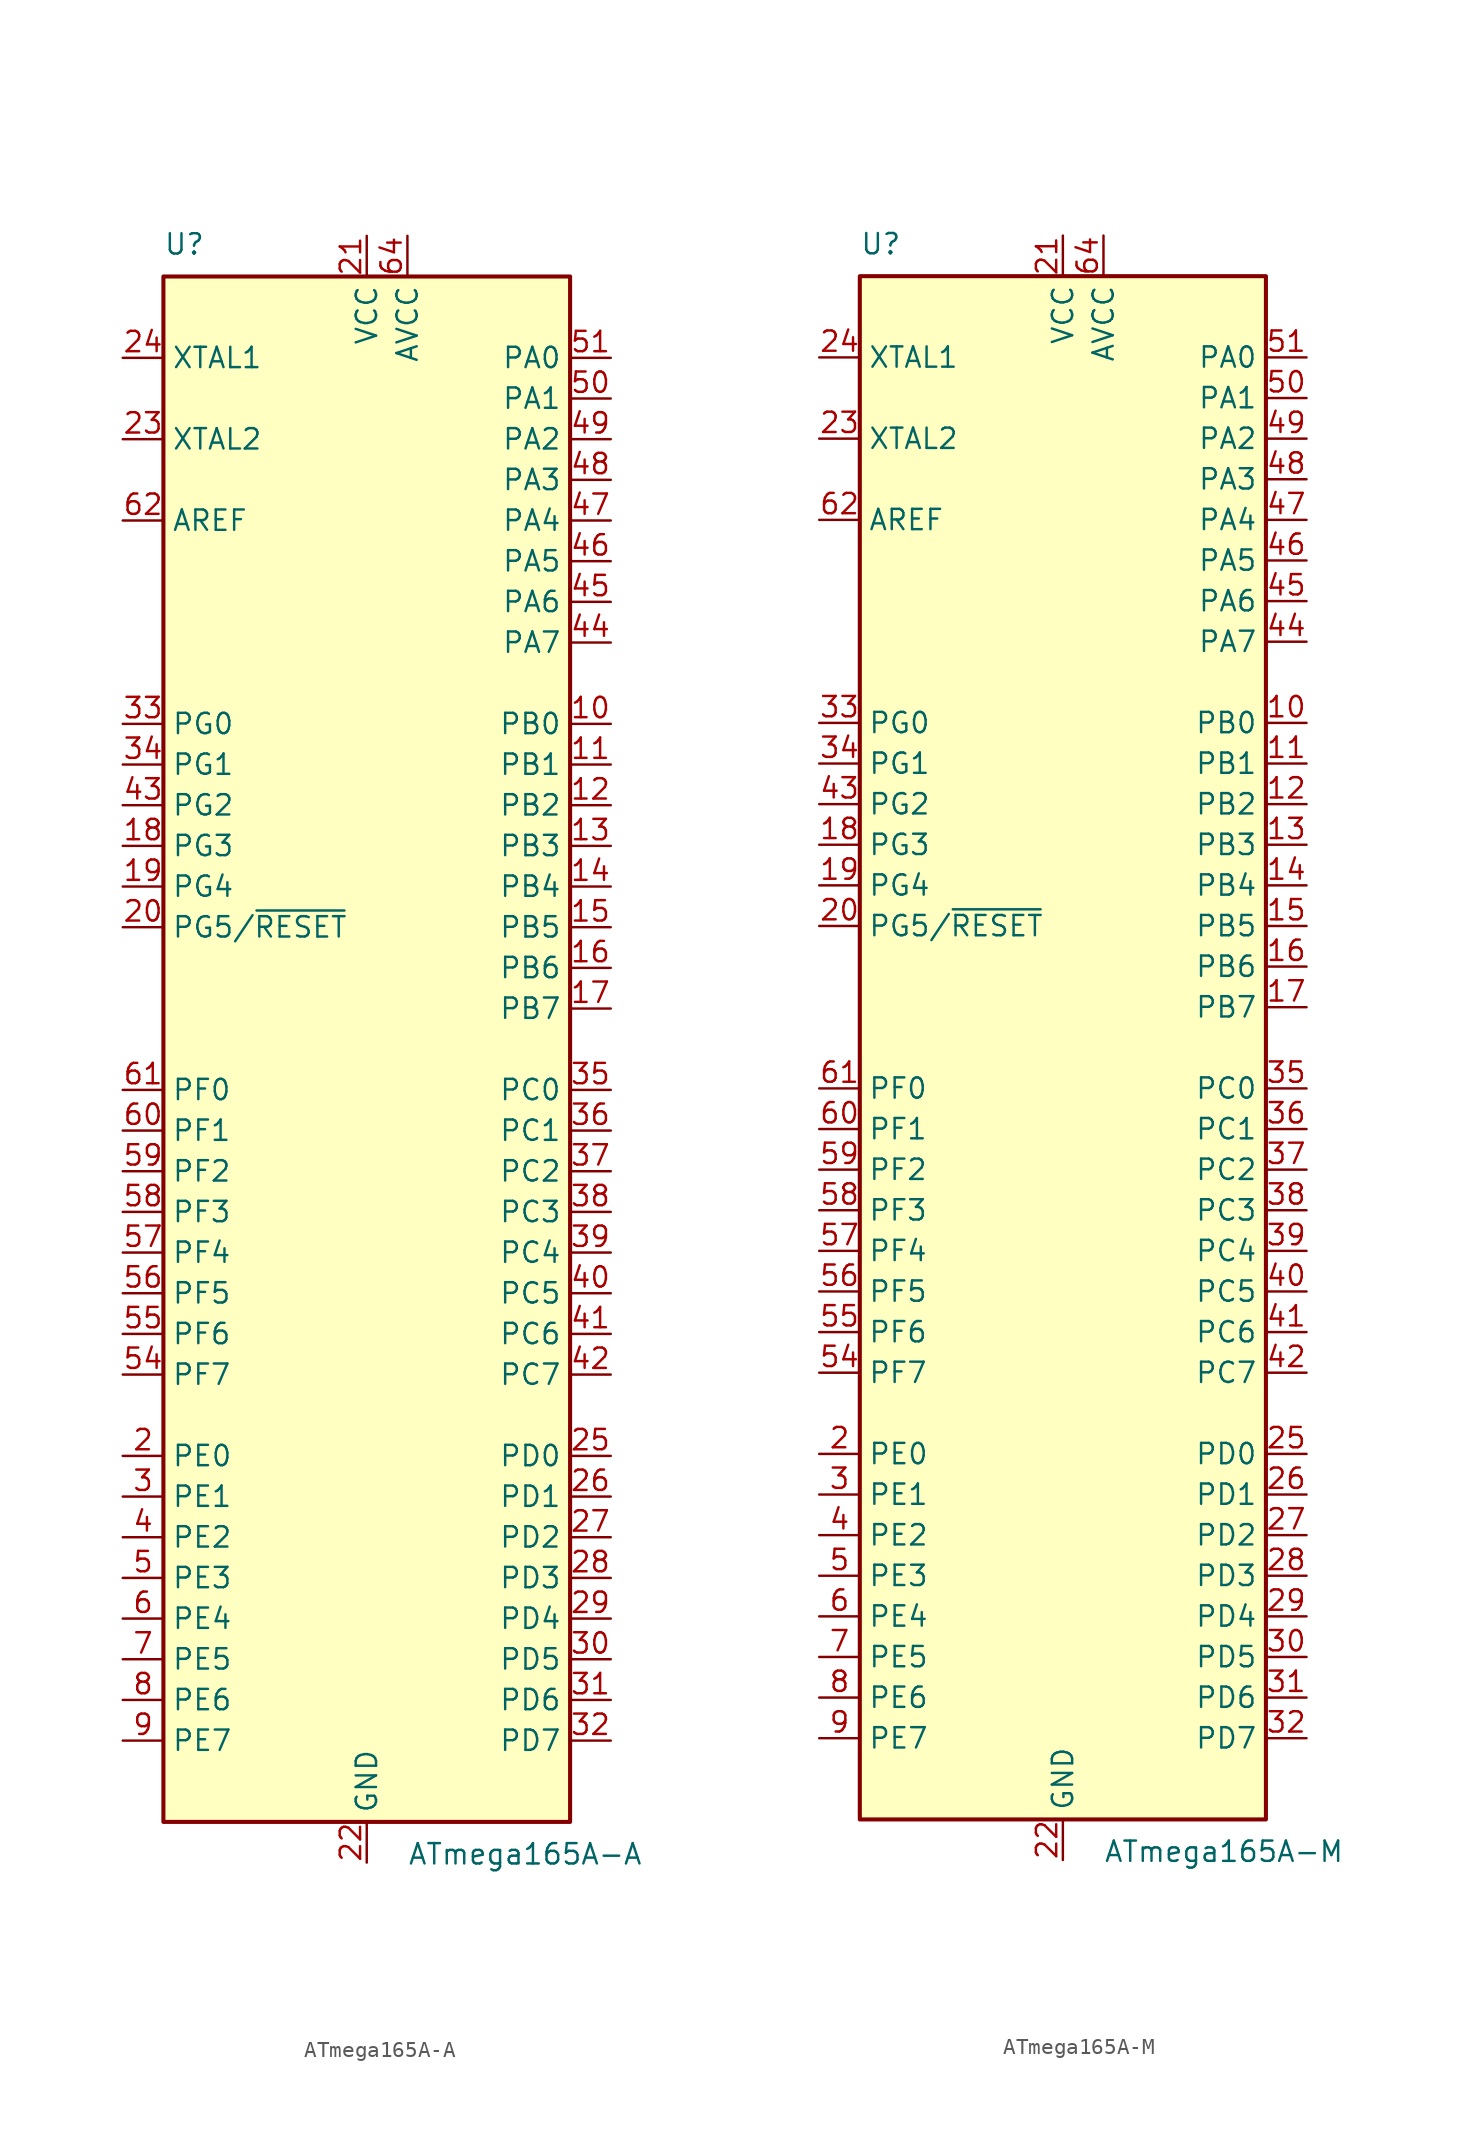
<source format=kicad_sym>
(kicad_symbol_lib
  (version 20200908)
  (generator kicad_symbol_editor)
  (symbol "MCU_Microchip_ATmega:ATmega165A-A"
    (property "Reference" "U"
      (at -12.7 49.53 0)
      (effects (font (size 1.27 1.27)) (justify left bottom)))
    (property "Value" "ATmega165A-A"
      (at 2.54 -49.53 0)
      (effects (font (size 1.27 1.27)) (justify left top)))
    (symbol "ATmega165A-A_0_1"
      (rectangle (start -12.7 -48.26) (end 12.7 48.26) (stroke (width 0.254)) (fill (type background))))
    (symbol "ATmega165A-A_1_1"
      (pin unconnected line (at -12.7 -45.72 0) (length 2.54) hide (name "NC" (effects (font (size 1.27 1.27)))) (number "1" (effects (font (size 1.27 1.27)))))
      (pin bidirectional line (at 15.24 20.32 180) (length 2.54) (name "PB0" (effects (font (size 1.27 1.27)))) (number "10" (effects (font (size 1.27 1.27)))))
      (pin bidirectional line (at 15.24 17.78 180) (length 2.54) (name "PB1" (effects (font (size 1.27 1.27)))) (number "11" (effects (font (size 1.27 1.27)))))
      (pin bidirectional line (at 15.24 15.24 180) (length 2.54) (name "PB2" (effects (font (size 1.27 1.27)))) (number "12" (effects (font (size 1.27 1.27)))))
      (pin bidirectional line (at 15.24 12.7 180) (length 2.54) (name "PB3" (effects (font (size 1.27 1.27)))) (number "13" (effects (font (size 1.27 1.27)))))
      (pin bidirectional line (at 15.24 10.16 180) (length 2.54) (name "PB4" (effects (font (size 1.27 1.27)))) (number "14" (effects (font (size 1.27 1.27)))))
      (pin bidirectional line (at 15.24 7.62 180) (length 2.54) (name "PB5" (effects (font (size 1.27 1.27)))) (number "15" (effects (font (size 1.27 1.27)))))
      (pin bidirectional line (at 15.24 5.08 180) (length 2.54) (name "PB6" (effects (font (size 1.27 1.27)))) (number "16" (effects (font (size 1.27 1.27)))))
      (pin bidirectional line (at 15.24 2.54 180) (length 2.54) (name "PB7" (effects (font (size 1.27 1.27)))) (number "17" (effects (font (size 1.27 1.27)))))
      (pin bidirectional line (at -15.24 12.7 0) (length 2.54) (name "PG3" (effects (font (size 1.27 1.27)))) (number "18" (effects (font (size 1.27 1.27)))))
      (pin bidirectional line (at -15.24 10.16 0) (length 2.54) (name "PG4" (effects (font (size 1.27 1.27)))) (number "19" (effects (font (size 1.27 1.27)))))
      (pin bidirectional line (at -15.24 -25.4 0) (length 2.54) (name "PE0" (effects (font (size 1.27 1.27)))) (number "2" (effects (font (size 1.27 1.27)))))
      (pin bidirectional line (at -15.24 7.62 0) (length 2.54) (name "PG5/~RESET" (effects (font (size 1.27 1.27)))) (number "20" (effects (font (size 1.27 1.27)))))
      (pin power_in line (at 0 50.8 270) (length 2.54) (name "VCC" (effects (font (size 1.27 1.27)))) (number "21" (effects (font (size 1.27 1.27)))))
      (pin power_in line (at 0 -50.8 90) (length 2.54) (name "GND" (effects (font (size 1.27 1.27)))) (number "22" (effects (font (size 1.27 1.27)))))
      (pin output line (at -15.24 38.1 0) (length 2.54) (name "XTAL2" (effects (font (size 1.27 1.27)))) (number "23" (effects (font (size 1.27 1.27)))))
      (pin input line (at -15.24 43.18 0) (length 2.54) (name "XTAL1" (effects (font (size 1.27 1.27)))) (number "24" (effects (font (size 1.27 1.27)))))
      (pin bidirectional line (at 15.24 -25.4 180) (length 2.54) (name "PD0" (effects (font (size 1.27 1.27)))) (number "25" (effects (font (size 1.27 1.27)))))
      (pin bidirectional line (at 15.24 -27.94 180) (length 2.54) (name "PD1" (effects (font (size 1.27 1.27)))) (number "26" (effects (font (size 1.27 1.27)))))
      (pin bidirectional line (at 15.24 -30.48 180) (length 2.54) (name "PD2" (effects (font (size 1.27 1.27)))) (number "27" (effects (font (size 1.27 1.27)))))
      (pin bidirectional line (at 15.24 -33.02 180) (length 2.54) (name "PD3" (effects (font (size 1.27 1.27)))) (number "28" (effects (font (size 1.27 1.27)))))
      (pin bidirectional line (at 15.24 -35.56 180) (length 2.54) (name "PD4" (effects (font (size 1.27 1.27)))) (number "29" (effects (font (size 1.27 1.27)))))
      (pin bidirectional line (at -15.24 -27.94 0) (length 2.54) (name "PE1" (effects (font (size 1.27 1.27)))) (number "3" (effects (font (size 1.27 1.27)))))
      (pin bidirectional line (at 15.24 -38.1 180) (length 2.54) (name "PD5" (effects (font (size 1.27 1.27)))) (number "30" (effects (font (size 1.27 1.27)))))
      (pin bidirectional line (at 15.24 -40.64 180) (length 2.54) (name "PD6" (effects (font (size 1.27 1.27)))) (number "31" (effects (font (size 1.27 1.27)))))
      (pin bidirectional line (at 15.24 -43.18 180) (length 2.54) (name "PD7" (effects (font (size 1.27 1.27)))) (number "32" (effects (font (size 1.27 1.27)))))
      (pin bidirectional line (at -15.24 20.32 0) (length 2.54) (name "PG0" (effects (font (size 1.27 1.27)))) (number "33" (effects (font (size 1.27 1.27)))))
      (pin bidirectional line (at -15.24 17.78 0) (length 2.54) (name "PG1" (effects (font (size 1.27 1.27)))) (number "34" (effects (font (size 1.27 1.27)))))
      (pin bidirectional line (at 15.24 -2.54 180) (length 2.54) (name "PC0" (effects (font (size 1.27 1.27)))) (number "35" (effects (font (size 1.27 1.27)))))
      (pin bidirectional line (at 15.24 -5.08 180) (length 2.54) (name "PC1" (effects (font (size 1.27 1.27)))) (number "36" (effects (font (size 1.27 1.27)))))
      (pin bidirectional line (at 15.24 -7.62 180) (length 2.54) (name "PC2" (effects (font (size 1.27 1.27)))) (number "37" (effects (font (size 1.27 1.27)))))
      (pin bidirectional line (at 15.24 -10.16 180) (length 2.54) (name "PC3" (effects (font (size 1.27 1.27)))) (number "38" (effects (font (size 1.27 1.27)))))
      (pin bidirectional line (at 15.24 -12.7 180) (length 2.54) (name "PC4" (effects (font (size 1.27 1.27)))) (number "39" (effects (font (size 1.27 1.27)))))
      (pin bidirectional line (at -15.24 -30.48 0) (length 2.54) (name "PE2" (effects (font (size 1.27 1.27)))) (number "4" (effects (font (size 1.27 1.27)))))
      (pin bidirectional line (at 15.24 -15.24 180) (length 2.54) (name "PC5" (effects (font (size 1.27 1.27)))) (number "40" (effects (font (size 1.27 1.27)))))
      (pin bidirectional line (at 15.24 -17.78 180) (length 2.54) (name "PC6" (effects (font (size 1.27 1.27)))) (number "41" (effects (font (size 1.27 1.27)))))
      (pin bidirectional line (at 15.24 -20.32 180) (length 2.54) (name "PC7" (effects (font (size 1.27 1.27)))) (number "42" (effects (font (size 1.27 1.27)))))
      (pin bidirectional line (at -15.24 15.24 0) (length 2.54) (name "PG2" (effects (font (size 1.27 1.27)))) (number "43" (effects (font (size 1.27 1.27)))))
      (pin bidirectional line (at 15.24 25.4 180) (length 2.54) (name "PA7" (effects (font (size 1.27 1.27)))) (number "44" (effects (font (size 1.27 1.27)))))
      (pin bidirectional line (at 15.24 27.94 180) (length 2.54) (name "PA6" (effects (font (size 1.27 1.27)))) (number "45" (effects (font (size 1.27 1.27)))))
      (pin bidirectional line (at 15.24 30.48 180) (length 2.54) (name "PA5" (effects (font (size 1.27 1.27)))) (number "46" (effects (font (size 1.27 1.27)))))
      (pin bidirectional line (at 15.24 33.02 180) (length 2.54) (name "PA4" (effects (font (size 1.27 1.27)))) (number "47" (effects (font (size 1.27 1.27)))))
      (pin bidirectional line (at 15.24 35.56 180) (length 2.54) (name "PA3" (effects (font (size 1.27 1.27)))) (number "48" (effects (font (size 1.27 1.27)))))
      (pin bidirectional line (at 15.24 38.1 180) (length 2.54) (name "PA2" (effects (font (size 1.27 1.27)))) (number "49" (effects (font (size 1.27 1.27)))))
      (pin bidirectional line (at -15.24 -33.02 0) (length 2.54) (name "PE3" (effects (font (size 1.27 1.27)))) (number "5" (effects (font (size 1.27 1.27)))))
      (pin bidirectional line (at 15.24 40.64 180) (length 2.54) (name "PA1" (effects (font (size 1.27 1.27)))) (number "50" (effects (font (size 1.27 1.27)))))
      (pin bidirectional line (at 15.24 43.18 180) (length 2.54) (name "PA0" (effects (font (size 1.27 1.27)))) (number "51" (effects (font (size 1.27 1.27)))))
      (pin passive line (at 0 50.8 270) (length 2.54) hide (name "VCC" (effects (font (size 1.27 1.27)))) (number "52" (effects (font (size 1.27 1.27)))))
      (pin passive line (at 0 -50.8 90) (length 2.54) hide (name "GND" (effects (font (size 1.27 1.27)))) (number "53" (effects (font (size 1.27 1.27)))))
      (pin bidirectional line (at -15.24 -20.32 0) (length 2.54) (name "PF7" (effects (font (size 1.27 1.27)))) (number "54" (effects (font (size 1.27 1.27)))))
      (pin bidirectional line (at -15.24 -17.78 0) (length 2.54) (name "PF6" (effects (font (size 1.27 1.27)))) (number "55" (effects (font (size 1.27 1.27)))))
      (pin bidirectional line (at -15.24 -15.24 0) (length 2.54) (name "PF5" (effects (font (size 1.27 1.27)))) (number "56" (effects (font (size 1.27 1.27)))))
      (pin bidirectional line (at -15.24 -12.7 0) (length 2.54) (name "PF4" (effects (font (size 1.27 1.27)))) (number "57" (effects (font (size 1.27 1.27)))))
      (pin bidirectional line (at -15.24 -10.16 0) (length 2.54) (name "PF3" (effects (font (size 1.27 1.27)))) (number "58" (effects (font (size 1.27 1.27)))))
      (pin bidirectional line (at -15.24 -7.62 0) (length 2.54) (name "PF2" (effects (font (size 1.27 1.27)))) (number "59" (effects (font (size 1.27 1.27)))))
      (pin bidirectional line (at -15.24 -35.56 0) (length 2.54) (name "PE4" (effects (font (size 1.27 1.27)))) (number "6" (effects (font (size 1.27 1.27)))))
      (pin bidirectional line (at -15.24 -5.08 0) (length 2.54) (name "PF1" (effects (font (size 1.27 1.27)))) (number "60" (effects (font (size 1.27 1.27)))))
      (pin bidirectional line (at -15.24 -2.54 0) (length 2.54) (name "PF0" (effects (font (size 1.27 1.27)))) (number "61" (effects (font (size 1.27 1.27)))))
      (pin passive line (at -15.24 33.02 0) (length 2.54) (name "AREF" (effects (font (size 1.27 1.27)))) (number "62" (effects (font (size 1.27 1.27)))))
      (pin passive line (at 0 -50.8 90) (length 2.54) hide (name "GND" (effects (font (size 1.27 1.27)))) (number "63" (effects (font (size 1.27 1.27)))))
      (pin power_in line (at 2.54 50.8 270) (length 2.54) (name "AVCC" (effects (font (size 1.27 1.27)))) (number "64" (effects (font (size 1.27 1.27)))))
      (pin bidirectional line (at -15.24 -38.1 0) (length 2.54) (name "PE5" (effects (font (size 1.27 1.27)))) (number "7" (effects (font (size 1.27 1.27)))))
      (pin bidirectional line (at -15.24 -40.64 0) (length 2.54) (name "PE6" (effects (font (size 1.27 1.27)))) (number "8" (effects (font (size 1.27 1.27)))))
      (pin bidirectional line (at -15.24 -43.18 0) (length 2.54) (name "PE7" (effects (font (size 1.27 1.27)))) (number "9" (effects (font (size 1.27 1.27)))))))
  (symbol "MCU_Microchip_ATmega:ATmega165A-M"
    (property "Reference" "U"
      (at -12.7 49.53 0)
      (effects (font (size 1.27 1.27)) (justify left bottom)))
    (property "Value" "ATmega165A-M"
      (at 2.54 -49.53 0)
      (effects (font (size 1.27 1.27)) (justify left top)))
    (symbol "ATmega165A-M_0_1"
      (rectangle (start -12.7 -48.26) (end 12.7 48.26) (stroke (width 0.254)) (fill (type background))))
    (symbol "ATmega165A-M_1_1"
      (pin unconnected line (at -12.7 -45.72 0) (length 2.54) hide (name "NC" (effects (font (size 1.27 1.27)))) (number "1" (effects (font (size 1.27 1.27)))))
      (pin bidirectional line (at 15.24 20.32 180) (length 2.54) (name "PB0" (effects (font (size 1.27 1.27)))) (number "10" (effects (font (size 1.27 1.27)))))
      (pin bidirectional line (at 15.24 17.78 180) (length 2.54) (name "PB1" (effects (font (size 1.27 1.27)))) (number "11" (effects (font (size 1.27 1.27)))))
      (pin bidirectional line (at 15.24 15.24 180) (length 2.54) (name "PB2" (effects (font (size 1.27 1.27)))) (number "12" (effects (font (size 1.27 1.27)))))
      (pin bidirectional line (at 15.24 12.7 180) (length 2.54) (name "PB3" (effects (font (size 1.27 1.27)))) (number "13" (effects (font (size 1.27 1.27)))))
      (pin bidirectional line (at 15.24 10.16 180) (length 2.54) (name "PB4" (effects (font (size 1.27 1.27)))) (number "14" (effects (font (size 1.27 1.27)))))
      (pin bidirectional line (at 15.24 7.62 180) (length 2.54) (name "PB5" (effects (font (size 1.27 1.27)))) (number "15" (effects (font (size 1.27 1.27)))))
      (pin bidirectional line (at 15.24 5.08 180) (length 2.54) (name "PB6" (effects (font (size 1.27 1.27)))) (number "16" (effects (font (size 1.27 1.27)))))
      (pin bidirectional line (at 15.24 2.54 180) (length 2.54) (name "PB7" (effects (font (size 1.27 1.27)))) (number "17" (effects (font (size 1.27 1.27)))))
      (pin bidirectional line (at -15.24 12.7 0) (length 2.54) (name "PG3" (effects (font (size 1.27 1.27)))) (number "18" (effects (font (size 1.27 1.27)))))
      (pin bidirectional line (at -15.24 10.16 0) (length 2.54) (name "PG4" (effects (font (size 1.27 1.27)))) (number "19" (effects (font (size 1.27 1.27)))))
      (pin bidirectional line (at -15.24 -25.4 0) (length 2.54) (name "PE0" (effects (font (size 1.27 1.27)))) (number "2" (effects (font (size 1.27 1.27)))))
      (pin bidirectional line (at -15.24 7.62 0) (length 2.54) (name "PG5/~RESET" (effects (font (size 1.27 1.27)))) (number "20" (effects (font (size 1.27 1.27)))))
      (pin power_in line (at 0 50.8 270) (length 2.54) (name "VCC" (effects (font (size 1.27 1.27)))) (number "21" (effects (font (size 1.27 1.27)))))
      (pin power_in line (at 0 -50.8 90) (length 2.54) (name "GND" (effects (font (size 1.27 1.27)))) (number "22" (effects (font (size 1.27 1.27)))))
      (pin output line (at -15.24 38.1 0) (length 2.54) (name "XTAL2" (effects (font (size 1.27 1.27)))) (number "23" (effects (font (size 1.27 1.27)))))
      (pin input line (at -15.24 43.18 0) (length 2.54) (name "XTAL1" (effects (font (size 1.27 1.27)))) (number "24" (effects (font (size 1.27 1.27)))))
      (pin bidirectional line (at 15.24 -25.4 180) (length 2.54) (name "PD0" (effects (font (size 1.27 1.27)))) (number "25" (effects (font (size 1.27 1.27)))))
      (pin bidirectional line (at 15.24 -27.94 180) (length 2.54) (name "PD1" (effects (font (size 1.27 1.27)))) (number "26" (effects (font (size 1.27 1.27)))))
      (pin bidirectional line (at 15.24 -30.48 180) (length 2.54) (name "PD2" (effects (font (size 1.27 1.27)))) (number "27" (effects (font (size 1.27 1.27)))))
      (pin bidirectional line (at 15.24 -33.02 180) (length 2.54) (name "PD3" (effects (font (size 1.27 1.27)))) (number "28" (effects (font (size 1.27 1.27)))))
      (pin bidirectional line (at 15.24 -35.56 180) (length 2.54) (name "PD4" (effects (font (size 1.27 1.27)))) (number "29" (effects (font (size 1.27 1.27)))))
      (pin bidirectional line (at -15.24 -27.94 0) (length 2.54) (name "PE1" (effects (font (size 1.27 1.27)))) (number "3" (effects (font (size 1.27 1.27)))))
      (pin bidirectional line (at 15.24 -38.1 180) (length 2.54) (name "PD5" (effects (font (size 1.27 1.27)))) (number "30" (effects (font (size 1.27 1.27)))))
      (pin bidirectional line (at 15.24 -40.64 180) (length 2.54) (name "PD6" (effects (font (size 1.27 1.27)))) (number "31" (effects (font (size 1.27 1.27)))))
      (pin bidirectional line (at 15.24 -43.18 180) (length 2.54) (name "PD7" (effects (font (size 1.27 1.27)))) (number "32" (effects (font (size 1.27 1.27)))))
      (pin bidirectional line (at -15.24 20.32 0) (length 2.54) (name "PG0" (effects (font (size 1.27 1.27)))) (number "33" (effects (font (size 1.27 1.27)))))
      (pin bidirectional line (at -15.24 17.78 0) (length 2.54) (name "PG1" (effects (font (size 1.27 1.27)))) (number "34" (effects (font (size 1.27 1.27)))))
      (pin bidirectional line (at 15.24 -2.54 180) (length 2.54) (name "PC0" (effects (font (size 1.27 1.27)))) (number "35" (effects (font (size 1.27 1.27)))))
      (pin bidirectional line (at 15.24 -5.08 180) (length 2.54) (name "PC1" (effects (font (size 1.27 1.27)))) (number "36" (effects (font (size 1.27 1.27)))))
      (pin bidirectional line (at 15.24 -7.62 180) (length 2.54) (name "PC2" (effects (font (size 1.27 1.27)))) (number "37" (effects (font (size 1.27 1.27)))))
      (pin bidirectional line (at 15.24 -10.16 180) (length 2.54) (name "PC3" (effects (font (size 1.27 1.27)))) (number "38" (effects (font (size 1.27 1.27)))))
      (pin bidirectional line (at 15.24 -12.7 180) (length 2.54) (name "PC4" (effects (font (size 1.27 1.27)))) (number "39" (effects (font (size 1.27 1.27)))))
      (pin bidirectional line (at -15.24 -30.48 0) (length 2.54) (name "PE2" (effects (font (size 1.27 1.27)))) (number "4" (effects (font (size 1.27 1.27)))))
      (pin bidirectional line (at 15.24 -15.24 180) (length 2.54) (name "PC5" (effects (font (size 1.27 1.27)))) (number "40" (effects (font (size 1.27 1.27)))))
      (pin bidirectional line (at 15.24 -17.78 180) (length 2.54) (name "PC6" (effects (font (size 1.27 1.27)))) (number "41" (effects (font (size 1.27 1.27)))))
      (pin bidirectional line (at 15.24 -20.32 180) (length 2.54) (name "PC7" (effects (font (size 1.27 1.27)))) (number "42" (effects (font (size 1.27 1.27)))))
      (pin bidirectional line (at -15.24 15.24 0) (length 2.54) (name "PG2" (effects (font (size 1.27 1.27)))) (number "43" (effects (font (size 1.27 1.27)))))
      (pin bidirectional line (at 15.24 25.4 180) (length 2.54) (name "PA7" (effects (font (size 1.27 1.27)))) (number "44" (effects (font (size 1.27 1.27)))))
      (pin bidirectional line (at 15.24 27.94 180) (length 2.54) (name "PA6" (effects (font (size 1.27 1.27)))) (number "45" (effects (font (size 1.27 1.27)))))
      (pin bidirectional line (at 15.24 30.48 180) (length 2.54) (name "PA5" (effects (font (size 1.27 1.27)))) (number "46" (effects (font (size 1.27 1.27)))))
      (pin bidirectional line (at 15.24 33.02 180) (length 2.54) (name "PA4" (effects (font (size 1.27 1.27)))) (number "47" (effects (font (size 1.27 1.27)))))
      (pin bidirectional line (at 15.24 35.56 180) (length 2.54) (name "PA3" (effects (font (size 1.27 1.27)))) (number "48" (effects (font (size 1.27 1.27)))))
      (pin bidirectional line (at 15.24 38.1 180) (length 2.54) (name "PA2" (effects (font (size 1.27 1.27)))) (number "49" (effects (font (size 1.27 1.27)))))
      (pin bidirectional line (at -15.24 -33.02 0) (length 2.54) (name "PE3" (effects (font (size 1.27 1.27)))) (number "5" (effects (font (size 1.27 1.27)))))
      (pin bidirectional line (at 15.24 40.64 180) (length 2.54) (name "PA1" (effects (font (size 1.27 1.27)))) (number "50" (effects (font (size 1.27 1.27)))))
      (pin bidirectional line (at 15.24 43.18 180) (length 2.54) (name "PA0" (effects (font (size 1.27 1.27)))) (number "51" (effects (font (size 1.27 1.27)))))
      (pin passive line (at 0 50.8 270) (length 2.54) hide (name "VCC" (effects (font (size 1.27 1.27)))) (number "52" (effects (font (size 1.27 1.27)))))
      (pin passive line (at 0 -50.8 90) (length 2.54) hide (name "GND" (effects (font (size 1.27 1.27)))) (number "53" (effects (font (size 1.27 1.27)))))
      (pin bidirectional line (at -15.24 -20.32 0) (length 2.54) (name "PF7" (effects (font (size 1.27 1.27)))) (number "54" (effects (font (size 1.27 1.27)))))
      (pin bidirectional line (at -15.24 -17.78 0) (length 2.54) (name "PF6" (effects (font (size 1.27 1.27)))) (number "55" (effects (font (size 1.27 1.27)))))
      (pin bidirectional line (at -15.24 -15.24 0) (length 2.54) (name "PF5" (effects (font (size 1.27 1.27)))) (number "56" (effects (font (size 1.27 1.27)))))
      (pin bidirectional line (at -15.24 -12.7 0) (length 2.54) (name "PF4" (effects (font (size 1.27 1.27)))) (number "57" (effects (font (size 1.27 1.27)))))
      (pin bidirectional line (at -15.24 -10.16 0) (length 2.54) (name "PF3" (effects (font (size 1.27 1.27)))) (number "58" (effects (font (size 1.27 1.27)))))
      (pin bidirectional line (at -15.24 -7.62 0) (length 2.54) (name "PF2" (effects (font (size 1.27 1.27)))) (number "59" (effects (font (size 1.27 1.27)))))
      (pin bidirectional line (at -15.24 -35.56 0) (length 2.54) (name "PE4" (effects (font (size 1.27 1.27)))) (number "6" (effects (font (size 1.27 1.27)))))
      (pin bidirectional line (at -15.24 -5.08 0) (length 2.54) (name "PF1" (effects (font (size 1.27 1.27)))) (number "60" (effects (font (size 1.27 1.27)))))
      (pin bidirectional line (at -15.24 -2.54 0) (length 2.54) (name "PF0" (effects (font (size 1.27 1.27)))) (number "61" (effects (font (size 1.27 1.27)))))
      (pin passive line (at -15.24 33.02 0) (length 2.54) (name "AREF" (effects (font (size 1.27 1.27)))) (number "62" (effects (font (size 1.27 1.27)))))
      (pin passive line (at 0 -50.8 90) (length 2.54) hide (name "GND" (effects (font (size 1.27 1.27)))) (number "63" (effects (font (size 1.27 1.27)))))
      (pin power_in line (at 2.54 50.8 270) (length 2.54) (name "AVCC" (effects (font (size 1.27 1.27)))) (number "64" (effects (font (size 1.27 1.27)))))
      (pin passive line (at 0 -50.8 90) (length 2.54) hide (name "GND" (effects (font (size 1.27 1.27)))) (number "65" (effects (font (size 1.27 1.27)))))
      (pin bidirectional line (at -15.24 -38.1 0) (length 2.54) (name "PE5" (effects (font (size 1.27 1.27)))) (number "7" (effects (font (size 1.27 1.27)))))
      (pin bidirectional line (at -15.24 -40.64 0) (length 2.54) (name "PE6" (effects (font (size 1.27 1.27)))) (number "8" (effects (font (size 1.27 1.27)))))
      (pin bidirectional line (at -15.24 -43.18 0) (length 2.54) (name "PE7" (effects (font (size 1.27 1.27)))) (number "9" (effects (font (size 1.27 1.27))))))))
</source>
